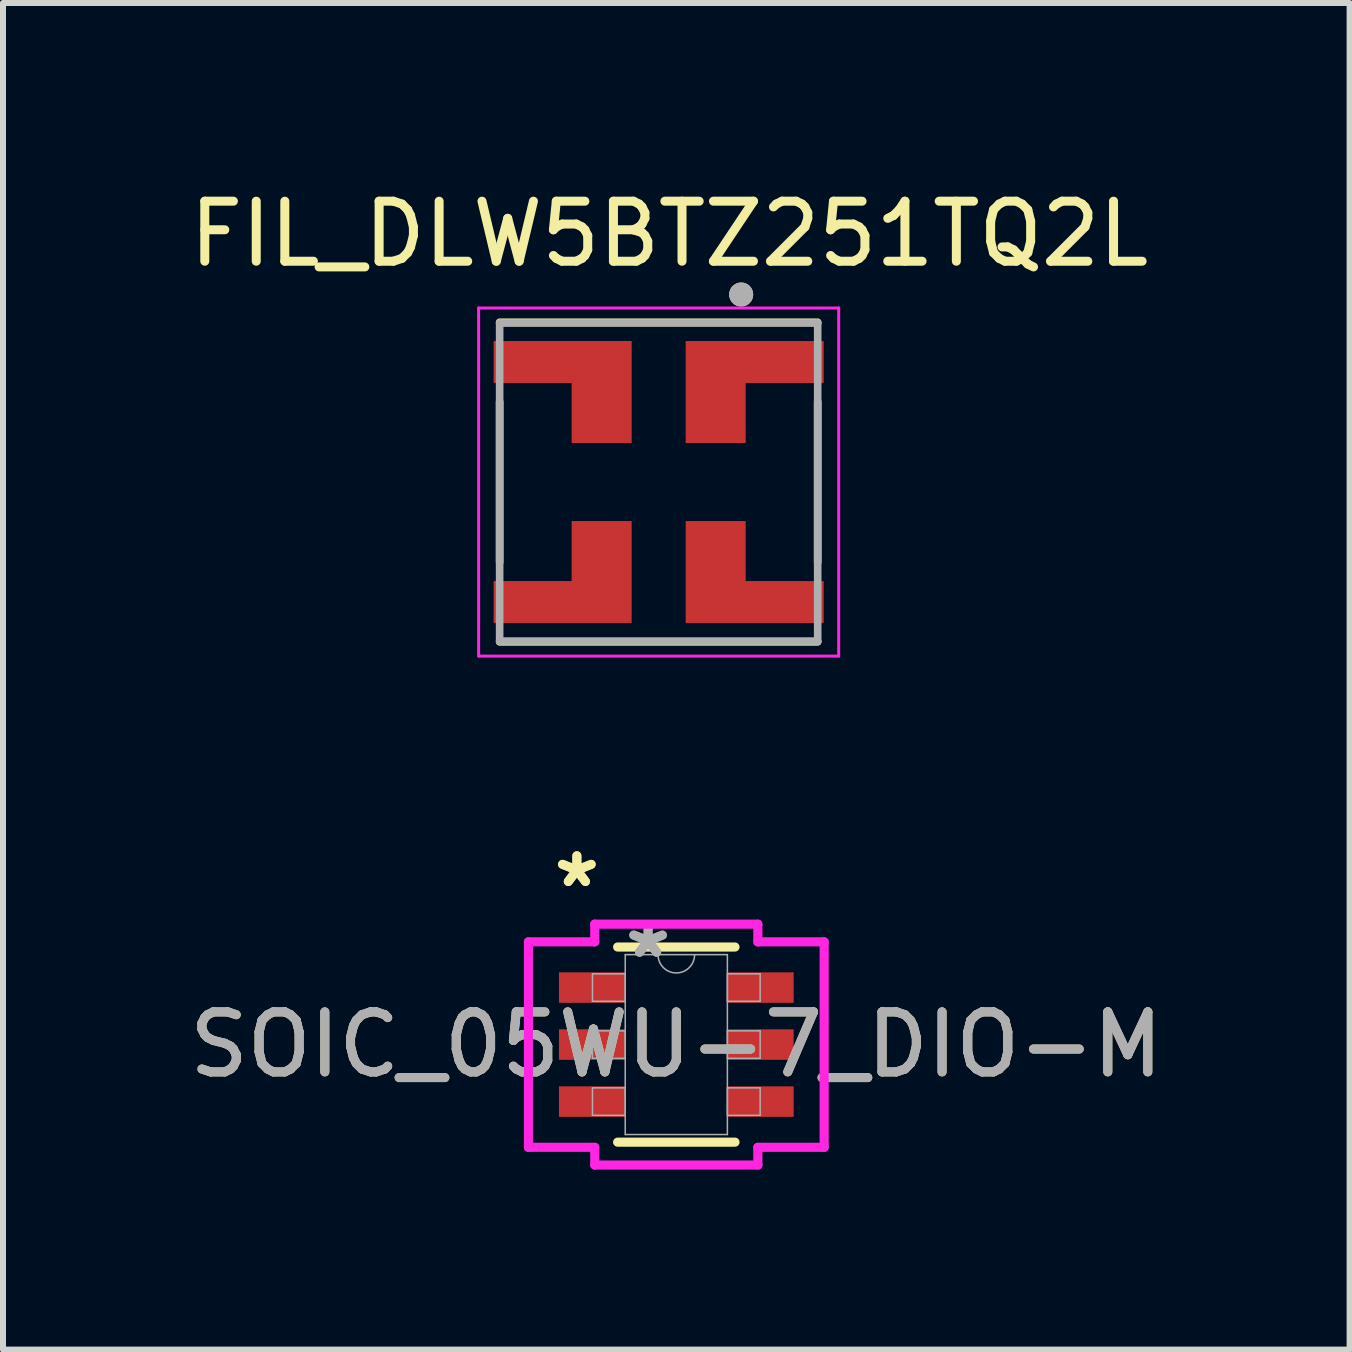
<source format=kicad_pcb>
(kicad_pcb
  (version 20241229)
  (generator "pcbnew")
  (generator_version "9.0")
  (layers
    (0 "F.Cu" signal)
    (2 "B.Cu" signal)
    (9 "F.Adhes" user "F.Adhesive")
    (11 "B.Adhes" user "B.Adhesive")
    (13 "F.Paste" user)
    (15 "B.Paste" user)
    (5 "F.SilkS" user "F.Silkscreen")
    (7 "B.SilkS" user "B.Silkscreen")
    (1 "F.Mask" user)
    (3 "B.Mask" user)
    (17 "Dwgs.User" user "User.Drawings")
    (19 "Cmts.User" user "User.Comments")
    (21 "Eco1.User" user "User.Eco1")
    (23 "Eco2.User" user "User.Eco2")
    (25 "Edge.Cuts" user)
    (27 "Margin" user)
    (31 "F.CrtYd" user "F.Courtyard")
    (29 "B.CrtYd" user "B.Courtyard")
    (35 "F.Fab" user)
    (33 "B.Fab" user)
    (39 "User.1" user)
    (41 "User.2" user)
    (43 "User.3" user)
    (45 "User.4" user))
  (footprint "FIL_DLW5BTZ251TQ2L"
    (layer "F.Cu")
    (at 7.926 4.983)
    (property "Reference" "FIL_DLW5BTZ251TQ2L" (at 0.175 -4.135 0) (layer "F.SilkS") (effects (font (size 1 1) (thickness 0.15))))
    (attr smd)
    (fp_poly (pts (xy -0.35 -2.45) (xy -2.85 -2.45) (xy -2.85 -1.55) (xy -1.55 -1.55) (xy -1.55 -0.55) (xy -0.35 -0.55)) (stroke (width 0.0001) (type solid)) (fill yes) (layer "F.Mask"))
    (fp_poly (pts (xy -0.35 2.45) (xy -2.85 2.45) (xy -2.85 1.55) (xy -1.55 1.55) (xy -1.55 0.55) (xy -0.35 0.55)) (stroke (width 0.0001) (type solid)) (fill yes) (layer "F.Mask"))
    (fp_poly (pts (xy 0.35 -2.45) (xy 2.85 -2.45) (xy 2.85 -1.55) (xy 1.55 -1.55) (xy 1.55 -0.55) (xy 0.35 -0.55)) (stroke (width 0.0001) (type solid)) (fill yes) (layer "F.Mask"))
    (fp_poly (pts (xy 0.35 2.45) (xy 2.85 2.45) (xy 2.85 1.55) (xy 1.55 1.55) (xy 1.55 0.55) (xy 0.35 0.55)) (stroke (width 0.0001) (type solid)) (fill yes) (layer "F.Mask"))
    (fp_line (start -2.65 -1.337) (end -2.65 1.337) (stroke (width 0.127) (type solid)) (layer "F.SilkS"))
    (fp_line (start -2.65 2.663) (end 2.65 2.663) (stroke (width 0.127) (type solid)) (layer "F.SilkS"))
    (fp_line (start 2.65 -2.663) (end -2.65 -2.663) (stroke (width 0.127) (type solid)) (layer "F.SilkS"))
    (fp_line (start 2.65 1.337) (end 2.65 -1.337) (stroke (width 0.127) (type solid)) (layer "F.SilkS"))
    (fp_circle (center 1.375 -3.125) (end 1.475 -3.125) (stroke (width 0.2) (type solid)) (fill no) (layer "F.SilkS"))
    (fp_poly (pts (xy -0.45 -2.35) (xy -2.75 -2.35) (xy -2.75 -1.65) (xy -1.45 -1.65) (xy -1.45 -0.65) (xy -0.45 -0.65)) (stroke (width 0.0001) (type solid)) (fill yes) (layer "F.Paste"))
    (fp_poly (pts (xy -0.45 2.35) (xy -2.75 2.35) (xy -2.75 1.65) (xy -1.45 1.65) (xy -1.45 0.65) (xy -0.45 0.65)) (stroke (width 0.0001) (type solid)) (fill yes) (layer "F.Paste"))
    (fp_poly (pts (xy 0.45 -2.35) (xy 2.75 -2.35) (xy 2.75 -1.65) (xy 1.45 -1.65) (xy 1.45 -0.65) (xy 0.45 -0.65)) (stroke (width 0.0001) (type solid)) (fill yes) (layer "F.Paste"))
    (fp_poly (pts (xy 0.45 2.35) (xy 2.75 2.35) (xy 2.75 1.65) (xy 1.45 1.65) (xy 1.45 0.65) (xy 0.45 0.65)) (stroke (width 0.0001) (type solid)) (fill yes) (layer "F.Paste"))
    (fp_line (start -3 -2.9) (end 3 -2.9) (stroke (width 0.05) (type solid)) (layer "F.CrtYd"))
    (fp_line (start -3 2.9) (end -3 -2.9) (stroke (width 0.05) (type solid)) (layer "F.CrtYd"))
    (fp_line (start 3 -2.9) (end 3 2.9) (stroke (width 0.05) (type solid)) (layer "F.CrtYd"))
    (fp_line (start 3 2.9) (end -3 2.9) (stroke (width 0.05) (type solid)) (layer "F.CrtYd"))
    (fp_line (start -2.65 -2.65) (end -2.65 2.65) (stroke (width 0.127) (type solid)) (layer "F.Fab"))
    (fp_line (start -2.65 2.65) (end 2.65 2.65) (stroke (width 0.127) (type solid)) (layer "F.Fab"))
    (fp_line (start 2.65 -2.65) (end -2.65 -2.65) (stroke (width 0.127) (type solid)) (layer "F.Fab"))
    (fp_line (start 2.65 2.65) (end 2.65 -2.65) (stroke (width 0.127) (type solid)) (layer "F.Fab"))
    (fp_circle (center 1.375 -3.125) (end 1.475 -3.125) (stroke (width 0.2) (type solid)) (fill no) (layer "F.Fab"))
    (pad "1" smd custom (at 0.875 -1.075) (size 0.75 0.75) (layers "F.Cu" "F.Mask" "F.Paste") (options (anchor rect)) (primitives (gr_poly (pts (xy -0.425 -1.275) (xy 1.875 -1.275) (xy 1.875 -0.575) (xy 0.575 -0.575) (xy 0.575 0.425) (xy -0.425 0.425)) (width 0.0001) (fill yes))))
    (pad "2" smd custom (at -0.875 -1.075) (size 0.75 0.75) (layers "F.Cu" "F.Mask" "F.Paste") (options (anchor rect)) (primitives (gr_poly (pts (xy 0.425 -1.275) (xy -1.875 -1.275) (xy -1.875 -0.575) (xy -0.575 -0.575) (xy -0.575 0.425) (xy 0.425 0.425)) (width 0.0001) (fill yes))))
    (pad "3" smd custom (at -0.875 1.075) (size 0.75 0.75) (layers "F.Cu" "F.Mask" "F.Paste") (options (anchor rect)) (primitives (gr_poly (pts (xy 0.425 1.275) (xy -1.875 1.275) (xy -1.875 0.575) (xy -0.575 0.575) (xy -0.575 -0.425) (xy 0.425 -0.425)) (width 0.0001) (fill yes))))
    (pad "4" smd custom (at 0.875 1.075) (size 0.75 0.75) (layers "F.Cu" "F.Mask" "F.Paste") (options (anchor rect)) (primitives (gr_poly (pts (xy -0.425 1.275) (xy 1.875 1.275) (xy 1.875 0.575) (xy 0.575 0.575) (xy 0.575 -0.425) (xy -0.425 -0.425)) (width 0.0001) (fill yes)))))
  (footprint "SOIC_05WU-7_DIO-M"
    (layer "F.Cu")
    (at 8.22 14.357)
    (property "Reference" "SOIC_05WU-7_DIO-M" (at 0 0 0) (unlocked yes) (layer "F.SilkS") (effects (font (size 1 1) (thickness 0.15))))
    (attr smd)
    (fp_line (start -0.978 1.626) (end 0.978 1.626) (stroke (width 0.152) (type solid)) (layer "F.SilkS"))
    (fp_line (start 0.978 -1.626) (end -0.978 -1.626) (stroke (width 0.152) (type solid)) (layer "F.SilkS"))
    (fp_line (start -2.464 -1.712) (end -1.359 -1.712) (stroke (width 0.152) (type solid)) (layer "F.CrtYd"))
    (fp_line (start -2.464 1.712) (end -2.464 -1.712) (stroke (width 0.152) (type solid)) (layer "F.CrtYd"))
    (fp_line (start -2.464 1.712) (end -1.359 1.712) (stroke (width 0.152) (type solid)) (layer "F.CrtYd"))
    (fp_line (start -1.359 -2.007) (end 1.359 -2.007) (stroke (width 0.152) (type solid)) (layer "F.CrtYd"))
    (fp_line (start -1.359 -1.712) (end -1.359 -2.007) (stroke (width 0.152) (type solid)) (layer "F.CrtYd"))
    (fp_line (start -1.359 2.007) (end -1.359 1.712) (stroke (width 0.152) (type solid)) (layer "F.CrtYd"))
    (fp_line (start 1.359 -2.007) (end 1.359 -1.712) (stroke (width 0.152) (type solid)) (layer "F.CrtYd"))
    (fp_line (start 1.359 1.712) (end 1.359 2.007) (stroke (width 0.152) (type solid)) (layer "F.CrtYd"))
    (fp_line (start 1.359 2.007) (end -1.359 2.007) (stroke (width 0.152) (type solid)) (layer "F.CrtYd"))
    (fp_line (start 2.464 -1.712) (end 1.359 -1.712) (stroke (width 0.152) (type solid)) (layer "F.CrtYd"))
    (fp_line (start 2.464 -1.712) (end 2.464 1.712) (stroke (width 0.152) (type solid)) (layer "F.CrtYd"))
    (fp_line (start 2.464 1.712) (end 1.359 1.712) (stroke (width 0.152) (type solid)) (layer "F.CrtYd"))
    (fp_line (start -1.397 -1.179) (end -1.397 -0.721) (stroke (width 0.025) (type solid)) (layer "F.Fab"))
    (fp_line (start -1.397 -0.721) (end -0.851 -0.721) (stroke (width 0.025) (type solid)) (layer "F.Fab"))
    (fp_line (start -1.397 -0.229) (end -1.397 0.229) (stroke (width 0.025) (type solid)) (layer "F.Fab"))
    (fp_line (start -1.397 0.229) (end -0.851 0.229) (stroke (width 0.025) (type solid)) (layer "F.Fab"))
    (fp_line (start -1.397 0.721) (end -1.397 1.179) (stroke (width 0.025) (type solid)) (layer "F.Fab"))
    (fp_line (start -1.397 1.179) (end -0.851 1.179) (stroke (width 0.025) (type solid)) (layer "F.Fab"))
    (fp_line (start -0.851 -1.499) (end -0.851 1.499) (stroke (width 0.025) (type solid)) (layer "F.Fab"))
    (fp_line (start -0.851 -1.179) (end -1.397 -1.179) (stroke (width 0.025) (type solid)) (layer "F.Fab"))
    (fp_line (start -0.851 -0.721) (end -0.851 -1.179) (stroke (width 0.025) (type solid)) (layer "F.Fab"))
    (fp_line (start -0.851 -0.229) (end -1.397 -0.229) (stroke (width 0.025) (type solid)) (layer "F.Fab"))
    (fp_line (start -0.851 0.229) (end -0.851 -0.229) (stroke (width 0.025) (type solid)) (layer "F.Fab"))
    (fp_line (start -0.851 0.721) (end -1.397 0.721) (stroke (width 0.025) (type solid)) (layer "F.Fab"))
    (fp_line (start -0.851 1.179) (end -0.851 0.721) (stroke (width 0.025) (type solid)) (layer "F.Fab"))
    (fp_line (start -0.851 1.499) (end 0.851 1.499) (stroke (width 0.025) (type solid)) (layer "F.Fab"))
    (fp_line (start 0.851 -1.499) (end -0.851 -1.499) (stroke (width 0.025) (type solid)) (layer "F.Fab"))
    (fp_line (start 0.851 -1.179) (end 0.851 -0.721) (stroke (width 0.025) (type solid)) (layer "F.Fab"))
    (fp_line (start 0.851 -0.721) (end 1.397 -0.721) (stroke (width 0.025) (type solid)) (layer "F.Fab"))
    (fp_line (start 0.851 -0.229) (end 0.851 0.229) (stroke (width 0.025) (type solid)) (layer "F.Fab"))
    (fp_line (start 0.851 0.229) (end 1.397 0.229) (stroke (width 0.025) (type solid)) (layer "F.Fab"))
    (fp_line (start 0.851 0.721) (end 0.851 1.179) (stroke (width 0.025) (type solid)) (layer "F.Fab"))
    (fp_line (start 0.851 1.179) (end 1.397 1.179) (stroke (width 0.025) (type solid)) (layer "F.Fab"))
    (fp_line (start 0.851 1.499) (end 0.851 -1.499) (stroke (width 0.025) (type solid)) (layer "F.Fab"))
    (fp_line (start 1.397 -1.179) (end 0.851 -1.179) (stroke (width 0.025) (type solid)) (layer "F.Fab"))
    (fp_line (start 1.397 -0.721) (end 1.397 -1.179) (stroke (width 0.025) (type solid)) (layer "F.Fab"))
    (fp_line (start 1.397 -0.229) (end 0.851 -0.229) (stroke (width 0.025) (type solid)) (layer "F.Fab"))
    (fp_line (start 1.397 0.229) (end 1.397 -0.229) (stroke (width 0.025) (type solid)) (layer "F.Fab"))
    (fp_line (start 1.397 0.721) (end 0.851 0.721) (stroke (width 0.025) (type solid)) (layer "F.Fab"))
    (fp_line (start 1.397 1.179) (end 1.397 0.721) (stroke (width 0.025) (type solid)) (layer "F.Fab"))
    (fp_arc (start 0.3048 -1.4986) (mid 0 -1.1938) (end -0.3048 -1.4986) (stroke (width 0.0254) (type solid)) (layer "F.Fab"))
    (fp_text user "*" (at -1.657 -2.601 0) (layer "F.SilkS") (effects (font (size 1 1) (thickness 0.15))))
    (fp_text user "*" (at -1.657 -2.601 0) (unlocked yes) (layer "F.SilkS") (effects (font (size 1 1) (thickness 0.15))))
    (fp_text user "${REFERENCE}" (at 0 0 0) (unlocked yes) (layer "F.Fab") (effects (font (size 1 1) (thickness 0.15))))
    (fp_text user "*" (at -0.47 -1.422 0) (layer "F.Fab") (effects (font (size 1 1) (thickness 0.15))))
    (fp_text user "*" (at -0.47 -1.422 0) (unlocked yes) (layer "F.Fab") (effects (font (size 1 1) (thickness 0.15))))
    (pad "1" smd rect (at -1.403 -0.95) (size 1.105 0.508) (layers "F.Cu" "F.Mask" "F.Paste"))
    (pad "2" smd rect (at -1.403 0) (size 1.105 0.508) (layers "F.Cu" "F.Mask" "F.Paste"))
    (pad "3" smd rect (at -1.403 0.95) (size 1.105 0.508) (layers "F.Cu" "F.Mask" "F.Paste"))
    (pad "4" smd rect (at 1.403 0.95) (size 1.105 0.508) (layers "F.Cu" "F.Mask" "F.Paste"))
    (pad "5" smd rect (at 1.403 0) (size 1.105 0.508) (layers "F.Cu" "F.Mask" "F.Paste"))
    (pad "6" smd rect (at 1.403 -0.95) (size 1.105 0.508) (layers "F.Cu" "F.Mask" "F.Paste")))
  (gr_rect
    (start -3 -3)
    (end 19.44 19.44)
    (stroke (width 0.1) (type default))
    (fill no)
    (layer "Edge.Cuts")))
</source>
